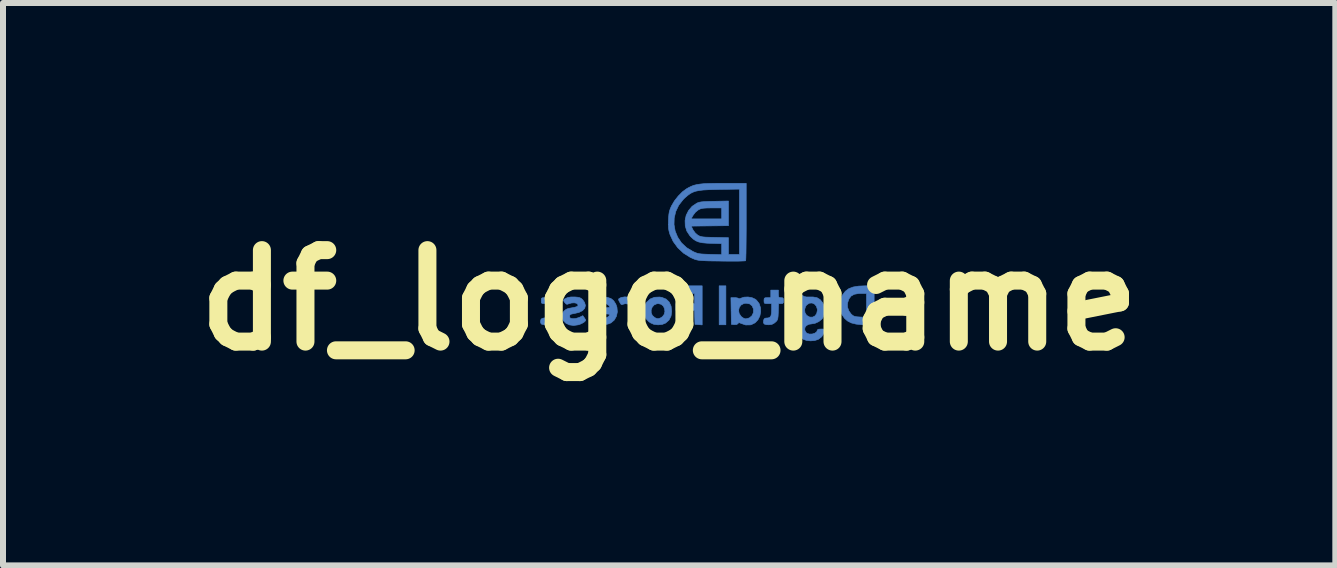
<source format=kicad_pcb>
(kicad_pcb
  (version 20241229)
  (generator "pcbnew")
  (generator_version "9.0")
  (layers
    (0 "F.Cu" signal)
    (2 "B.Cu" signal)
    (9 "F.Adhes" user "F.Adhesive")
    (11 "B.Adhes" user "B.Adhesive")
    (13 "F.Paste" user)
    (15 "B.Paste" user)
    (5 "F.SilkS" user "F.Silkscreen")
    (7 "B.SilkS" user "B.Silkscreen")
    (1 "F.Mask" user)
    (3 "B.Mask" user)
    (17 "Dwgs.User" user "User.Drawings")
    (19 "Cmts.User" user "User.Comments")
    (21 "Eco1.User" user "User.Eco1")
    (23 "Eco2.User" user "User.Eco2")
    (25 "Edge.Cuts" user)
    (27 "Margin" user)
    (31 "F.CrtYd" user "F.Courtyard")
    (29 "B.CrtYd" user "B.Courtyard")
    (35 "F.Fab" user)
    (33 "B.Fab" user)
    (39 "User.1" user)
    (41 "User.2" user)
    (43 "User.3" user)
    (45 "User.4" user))
  (footprint "df_logo_name"
    (layer "F.Cu")
    (at 11.274 1.317)
    (property "Reference" "df_logo_name" (at -3.175 0.635 0) (layer "F.SilkS") (effects (font (size 1.524 1.524) (thickness 0.3))))
    (attr through_hole)
    (fp_poly (pts (xy -2.342 1.044) (xy -2.23 1.044) (xy -2.23 0.395) (xy -2.342 0.395) (xy -2.342 1.044)) (stroke (width 0.01) (type solid)) (fill yes) (layer "B.Cu"))
    (fp_poly (pts (xy -1.214 1.044) (xy -1.101 1.044) (xy -1.101 0.579) (xy -1.214 0.579) (xy -1.214 1.044)) (stroke (width 0.01) (type solid)) (fill yes) (layer "B.Cu"))
    (fp_poly (pts (xy -0.508 1.044) (xy -0.395 1.044) (xy -0.395 0.579) (xy -0.508 0.579) (xy -0.508 1.044)) (stroke (width 0.01) (type solid)) (fill yes) (layer "B.Cu"))
    (fp_poly (pts (xy -3.076 0.522) (xy -2.752 0.522) (xy -2.752 0.691) (xy -3.062 0.691) (xy -3.062 0.804) (xy -2.753 0.804) (xy -2.745 1.037) (xy -2.685 1.042) (xy -2.625 1.046) (xy -2.625 0.395) (xy -3.076 0.395) (xy -3.076 0.522)) (stroke (width 0.01) (type solid)) (fill yes) (layer "B.Cu"))
    (fp_poly (pts (xy -0.494 0.41) (xy -0.518 0.437) (xy -0.522 0.457) (xy -0.512 0.5) (xy -0.486 0.526) (xy -0.452 0.533) (xy -0.417 0.519) (xy -0.4 0.5) (xy -0.386 0.461) (xy -0.398 0.428) (xy -0.427 0.404) (xy -0.46 0.397) (xy -0.494 0.41)) (stroke (width 0.01) (type solid)) (fill yes) (layer "B.Cu"))
    (fp_poly (pts (xy -1.211 0.412) (xy -1.226 0.443) (xy -1.226 0.481) (xy -1.211 0.513) (xy -1.2 0.522) (xy -1.165 0.535) (xy -1.137 0.527) (xy -1.115 0.508) (xy -1.092 0.481) (xy -1.09 0.459) (xy -1.107 0.429) (xy -1.109 0.426) (xy -1.14 0.402) (xy -1.178 0.396) (xy -1.211 0.412)) (stroke (width 0.01) (type solid)) (fill yes) (layer "B.Cu"))
    (fp_poly (pts (xy -3.968 0.588) (xy -3.986 0.595) (xy -4.011 0.608) (xy -4.019 0.621) (xy -4.012 0.644) (xy -3.996 0.673) (xy -3.977 0.703) (xy -3.959 0.709) (xy -3.951 0.705) (xy -3.906 0.692) (xy -3.856 0.7) (xy -3.816 0.726) (xy -3.801 0.744) (xy -3.79 0.764) (xy -3.785 0.792) (xy -3.782 0.835) (xy -3.782 0.9) (xy -3.782 0.902) (xy -3.782 1.044) (xy -3.669 1.044) (xy -3.669 0.593) (xy -3.725 0.593) (xy -3.761 0.596) (xy -3.78 0.604) (xy -3.782 0.608) (xy -3.791 0.612) (xy -3.813 0.601) (xy -3.857 0.584) (xy -3.913 0.579) (xy -3.968 0.588)) (stroke (width 0.01) (type solid)) (fill yes) (layer "B.Cu"))
    (fp_poly (pts (xy -0.019 0.4) (xy -0.11 0.415) (xy -0.181 0.442) (xy -0.238 0.484) (xy -0.283 0.542) (xy -0.304 0.578) (xy -0.324 0.643) (xy -0.33 0.72) (xy -0.322 0.798) (xy -0.3 0.866) (xy -0.295 0.875) (xy -0.254 0.936) (xy -0.203 0.981) (xy -0.141 1.013) (xy -0.061 1.033) (xy 0.039 1.043) (xy 0.115 1.044) (xy 0.24 1.044) (xy 0.24 0.522) (xy 0.113 0.522) (xy 0.113 0.92) (xy 0.008 0.915) (xy -0.049 0.911) (xy -0.086 0.904) (xy -0.114 0.891) (xy -0.139 0.869) (xy -0.141 0.868) (xy -0.18 0.815) (xy -0.203 0.753) (xy -0.205 0.691) (xy -0.203 0.681) (xy -0.179 0.612) (xy -0.143 0.565) (xy -0.091 0.536) (xy -0.019 0.523) (xy 0.02 0.522) (xy 0.113 0.522) (xy 0.24 0.522) (xy 0.24 0.395) (xy 0.094 0.395) (xy -0.019 0.4)) (stroke (width 0.01) (type solid)) (fill yes) (layer "B.Cu"))
    (fp_poly (pts (xy -3.42 0.586) (xy -3.49 0.614) (xy -3.548 0.667) (xy -3.551 0.671) (xy -3.574 0.707) (xy -3.587 0.741) (xy -3.591 0.787) (xy -3.591 0.813) (xy -3.585 0.885) (xy -3.562 0.941) (xy -3.518 0.988) (xy -3.486 1.012) (xy -3.429 1.037) (xy -3.36 1.045) (xy -3.29 1.038) (xy -3.235 1.016) (xy -3.178 0.966) (xy -3.144 0.9) (xy -3.133 0.824) (xy -3.246 0.824) (xy -3.258 0.871) (xy -3.287 0.91) (xy -3.321 0.931) (xy -3.353 0.942) (xy -3.377 0.941) (xy -3.408 0.928) (xy -3.415 0.924) (xy -3.455 0.89) (xy -3.474 0.846) (xy -3.475 0.797) (xy -3.458 0.751) (xy -3.426 0.714) (xy -3.38 0.694) (xy -3.357 0.691) (xy -3.308 0.703) (xy -3.272 0.733) (xy -3.252 0.776) (xy -3.246 0.824) (xy -3.133 0.824) (xy -3.133 0.821) (xy -3.143 0.734) (xy -3.175 0.665) (xy -3.226 0.616) (xy -3.296 0.588) (xy -3.336 0.582) (xy -3.42 0.586)) (stroke (width 0.01) (type solid)) (fill yes) (layer "B.Cu"))
    (fp_poly (pts (xy -1.482 0.593) (xy -1.538 0.593) (xy -1.574 0.594) (xy -1.59 0.603) (xy -1.594 0.627) (xy -1.595 0.642) (xy -1.593 0.672) (xy -1.584 0.687) (xy -1.559 0.691) (xy -1.531 0.691) (xy -1.468 0.691) (xy -1.468 0.784) (xy -1.47 0.852) (xy -1.48 0.896) (xy -1.499 0.921) (xy -1.529 0.931) (xy -1.545 0.931) (xy -1.578 0.935) (xy -1.595 0.951) (xy -1.602 0.975) (xy -1.604 1.011) (xy -1.59 1.032) (xy -1.555 1.042) (xy -1.514 1.044) (xy -1.464 1.038) (xy -1.422 1.015) (xy -1.408 1.003) (xy -1.386 0.983) (xy -1.373 0.964) (xy -1.365 0.939) (xy -1.36 0.901) (xy -1.357 0.843) (xy -1.357 0.827) (xy -1.352 0.691) (xy -1.311 0.691) (xy -1.283 0.689) (xy -1.272 0.674) (xy -1.27 0.642) (xy -1.272 0.609) (xy -1.284 0.595) (xy -1.312 0.593) (xy -1.338 0.591) (xy -1.351 0.58) (xy -1.354 0.553) (xy -1.355 0.529) (xy -1.355 0.466) (xy -1.482 0.466) (xy -1.482 0.593)) (stroke (width 0.01) (type solid)) (fill yes) (layer "B.Cu"))
    (fp_poly (pts (xy -5.193 0.593) (xy -5.249 0.593) (xy -5.285 0.594) (xy -5.302 0.603) (xy -5.306 0.627) (xy -5.306 0.642) (xy -5.304 0.674) (xy -5.294 0.688) (xy -5.266 0.691) (xy -5.249 0.691) (xy -5.192 0.691) (xy -5.196 0.808) (xy -5.2 0.924) (xy -5.249 0.929) (xy -5.285 0.936) (xy -5.308 0.949) (xy -5.309 0.95) (xy -5.319 0.983) (xy -5.315 1.016) (xy -5.298 1.036) (xy -5.298 1.036) (xy -5.246 1.045) (xy -5.189 1.039) (xy -5.141 1.022) (xy -5.132 1.015) (xy -5.099 0.976) (xy -5.077 0.916) (xy -5.067 0.835) (xy -5.066 0.787) (xy -5.065 0.736) (xy -5.062 0.708) (xy -5.054 0.695) (xy -5.038 0.692) (xy -5.031 0.691) (xy -5.007 0.688) (xy -4.997 0.671) (xy -4.995 0.642) (xy -4.998 0.609) (xy -5.01 0.595) (xy -5.03 0.593) (xy -5.052 0.589) (xy -5.063 0.574) (xy -5.068 0.539) (xy -5.069 0.533) (xy -5.073 0.495) (xy -5.083 0.477) (xy -5.109 0.47) (xy -5.133 0.468) (xy -5.193 0.464) (xy -5.193 0.593)) (stroke (width 0.01) (type solid)) (fill yes) (layer "B.Cu"))
    (fp_poly (pts (xy -1.927 0.584) (xy -1.973 0.599) (xy -2.003 0.61) (xy -2.017 0.609) (xy -2.018 0.607) (xy -2.031 0.599) (xy -2.062 0.593) (xy -2.082 0.593) (xy -2.146 0.593) (xy -2.138 1.037) (xy -2.09 1.042) (xy -2.048 1.039) (xy -2.029 1.024) (xy -2.017 1.01) (xy -1.998 1.012) (xy -1.978 1.021) (xy -1.901 1.047) (xy -1.824 1.046) (xy -1.806 1.042) (xy -1.743 1.011) (xy -1.696 0.961) (xy -1.664 0.898) (xy -1.65 0.829) (xy -1.652 0.784) (xy -1.77 0.784) (xy -1.772 0.843) (xy -1.796 0.894) (xy -1.839 0.93) (xy -1.896 0.945) (xy -1.903 0.945) (xy -1.933 0.936) (xy -1.968 0.912) (xy -1.977 0.904) (xy -2.009 0.856) (xy -2.018 0.804) (xy -2.007 0.755) (xy -1.977 0.715) (xy -1.931 0.69) (xy -1.894 0.685) (xy -1.834 0.696) (xy -1.793 0.729) (xy -1.77 0.782) (xy -1.77 0.784) (xy -1.652 0.784) (xy -1.654 0.758) (xy -1.676 0.691) (xy -1.719 0.635) (xy -1.74 0.618) (xy -1.794 0.593) (xy -1.861 0.581) (xy -1.927 0.584)) (stroke (width 0.01) (type solid)) (fill yes) (layer "B.Cu"))
    (fp_poly (pts (xy -4.347 0.585) (xy -4.416 0.61) (xy -4.465 0.655) (xy -4.494 0.719) (xy -4.501 0.788) (xy -4.501 0.861) (xy -4.332 0.861) (xy -4.267 0.862) (xy -4.213 0.864) (xy -4.177 0.868) (xy -4.163 0.873) (xy -4.163 0.873) (xy -4.172 0.89) (xy -4.193 0.912) (xy -4.228 0.929) (xy -4.278 0.937) (xy -4.33 0.935) (xy -4.372 0.924) (xy -4.381 0.917) (xy -4.4 0.907) (xy -4.419 0.915) (xy -4.44 0.935) (xy -4.464 0.965) (xy -4.463 0.99) (xy -4.436 1.011) (xy -4.408 1.024) (xy -4.344 1.041) (xy -4.269 1.044) (xy -4.198 1.033) (xy -4.145 1.013) (xy -4.09 0.966) (xy -4.054 0.903) (xy -4.038 0.83) (xy -4.045 0.753) (xy -4.046 0.749) (xy -4.163 0.749) (xy -4.176 0.755) (xy -4.21 0.76) (xy -4.26 0.762) (xy -4.276 0.762) (xy -4.332 0.76) (xy -4.371 0.756) (xy -4.388 0.749) (xy -4.389 0.748) (xy -4.376 0.72) (xy -4.345 0.696) (xy -4.306 0.68) (xy -4.285 0.677) (xy -4.247 0.684) (xy -4.208 0.702) (xy -4.177 0.725) (xy -4.163 0.748) (xy -4.163 0.749) (xy -4.046 0.749) (xy -4.064 0.699) (xy -4.1 0.643) (xy -4.145 0.607) (xy -4.205 0.587) (xy -4.26 0.581) (xy -4.347 0.585)) (stroke (width 0.01) (type solid)) (fill yes) (layer "B.Cu"))
    (fp_poly (pts (xy -4.863 0.59) (xy -4.888 0.6) (xy -4.923 0.618) (xy -4.936 0.634) (xy -4.928 0.655) (xy -4.912 0.677) (xy -4.89 0.7) (xy -4.869 0.702) (xy -4.848 0.694) (xy -4.802 0.681) (xy -4.758 0.678) (xy -4.721 0.685) (xy -4.698 0.701) (xy -4.694 0.723) (xy -4.698 0.731) (xy -4.716 0.743) (xy -4.755 0.754) (xy -4.799 0.762) (xy -4.854 0.772) (xy -4.89 0.786) (xy -4.919 0.808) (xy -4.93 0.82) (xy -4.956 0.855) (xy -4.965 0.886) (xy -4.962 0.914) (xy -4.94 0.974) (xy -4.896 1.018) (xy -4.837 1.046) (xy -4.767 1.056) (xy -4.69 1.045) (xy -4.666 1.038) (xy -4.624 1.019) (xy -4.59 0.998) (xy -4.586 0.994) (xy -4.568 0.976) (xy -4.567 0.961) (xy -4.583 0.936) (xy -4.586 0.931) (xy -4.614 0.892) (xy -4.669 0.92) (xy -4.732 0.94) (xy -4.779 0.943) (xy -4.815 0.937) (xy -4.83 0.925) (xy -4.833 0.903) (xy -4.83 0.882) (xy -4.817 0.87) (xy -4.786 0.862) (xy -4.758 0.857) (xy -4.677 0.838) (xy -4.618 0.808) (xy -4.582 0.769) (xy -4.57 0.722) (xy -4.585 0.672) (xy -4.612 0.632) (xy -4.638 0.607) (xy -4.664 0.593) (xy -4.701 0.585) (xy -4.745 0.581) (xy -4.812 0.581) (xy -4.863 0.59)) (stroke (width 0.01) (type solid)) (fill yes) (layer "B.Cu"))
    (fp_poly (pts (xy -0.985 0.558) (xy -1.014 0.579) (xy -1.037 0.6) (xy -1.039 0.615) (xy -1.022 0.636) (xy -1.005 0.662) (xy -1.009 0.686) (xy -1.012 0.69) (xy -1.035 0.749) (xy -1.039 0.814) (xy -1.026 0.878) (xy -0.997 0.929) (xy -0.987 0.939) (xy -0.97 0.957) (xy -0.969 0.971) (xy -0.985 0.992) (xy -0.997 1.004) (xy -1.022 1.037) (xy -1.034 1.075) (xy -1.036 1.113) (xy -1.025 1.186) (xy -0.992 1.243) (xy -0.941 1.285) (xy -0.887 1.305) (xy -0.819 1.312) (xy -0.749 1.306) (xy -0.692 1.288) (xy -0.633 1.243) (xy -0.594 1.181) (xy -0.585 1.154) (xy -0.581 1.13) (xy -0.588 1.119) (xy -0.612 1.115) (xy -0.641 1.115) (xy -0.685 1.118) (xy -0.704 1.128) (xy -0.706 1.134) (xy -0.718 1.163) (xy -0.75 1.185) (xy -0.792 1.198) (xy -0.838 1.199) (xy -0.877 1.187) (xy -0.894 1.174) (xy -0.916 1.133) (xy -0.914 1.093) (xy -0.891 1.059) (xy -0.849 1.036) (xy -0.806 1.03) (xy -0.743 1.019) (xy -0.682 0.991) (xy -0.632 0.951) (xy -0.614 0.928) (xy -0.592 0.867) (xy -0.586 0.804) (xy -0.706 0.804) (xy -0.717 0.858) (xy -0.746 0.897) (xy -0.787 0.917) (xy -0.834 0.916) (xy -0.88 0.89) (xy -0.885 0.887) (xy -0.912 0.843) (xy -0.918 0.791) (xy -0.903 0.74) (xy -0.883 0.712) (xy -0.839 0.684) (xy -0.794 0.681) (xy -0.753 0.699) (xy -0.722 0.735) (xy -0.706 0.787) (xy -0.706 0.804) (xy -0.586 0.804) (xy -0.586 0.796) (xy -0.596 0.725) (xy -0.617 0.677) (xy -0.659 0.625) (xy -0.711 0.593) (xy -0.778 0.581) (xy -0.826 0.581) (xy -0.888 0.581) (xy -0.926 0.573) (xy -0.934 0.568) (xy -0.958 0.553) (xy -0.985 0.558)) (stroke (width 0.01) (type solid)) (fill yes) (layer "B.Cu"))
    (fp_poly (pts (xy -2.401 -1.312) (xy -2.506 -1.31) (xy -2.592 -1.307) (xy -2.661 -1.3) (xy -2.717 -1.291) (xy -2.766 -1.279) (xy -2.809 -1.262) (xy -2.853 -1.24) (xy -2.882 -1.224) (xy -2.953 -1.172) (xy -3.023 -1.101) (xy -3.087 -1.02) (xy -3.135 -0.938) (xy -3.137 -0.935) (xy -3.158 -0.886) (xy -3.172 -0.842) (xy -3.18 -0.795) (xy -3.185 -0.734) (xy -3.187 -0.696) (xy -3.188 -0.622) (xy -3.186 -0.566) (xy -3.178 -0.519) (xy -3.164 -0.469) (xy -3.161 -0.459) (xy -3.108 -0.344) (xy -3.032 -0.24) (xy -2.936 -0.15) (xy -2.825 -0.08) (xy -2.767 -0.054) (xy -2.742 -0.044) (xy -2.716 -0.037) (xy -2.687 -0.031) (xy -2.649 -0.027) (xy -2.6 -0.024) (xy -2.536 -0.021) (xy -2.452 -0.019) (xy -2.345 -0.018) (xy -2.3 -0.017) (xy -2.198 -0.016) (xy -2.105 -0.016) (xy -2.026 -0.016) (xy -1.963 -0.018) (xy -1.92 -0.02) (xy -1.902 -0.022) (xy -1.901 -0.022) (xy -1.899 -0.038) (xy -1.897 -0.079) (xy -1.896 -0.127) (xy -2.004 -0.127) (xy -2.187 -0.127) (xy -2.187 -0.407) (xy -2.417 -0.412) (xy -2.503 -0.414) (xy -2.567 -0.416) (xy -2.613 -0.42) (xy -2.645 -0.426) (xy -2.67 -0.434) (xy -2.691 -0.445) (xy -2.697 -0.448) (xy -2.74 -0.485) (xy -2.775 -0.533) (xy -2.779 -0.54) (xy -2.808 -0.6) (xy -2.187 -0.607) (xy -2.187 -0.72) (xy -2.3 -0.72) (xy -2.81 -0.72) (xy -2.777 -0.779) (xy -2.737 -0.832) (xy -2.688 -0.871) (xy -2.66 -0.885) (xy -2.631 -0.894) (xy -2.594 -0.899) (xy -2.542 -0.902) (xy -2.469 -0.903) (xy -2.466 -0.903) (xy -2.3 -0.903) (xy -2.3 -0.72) (xy -2.187 -0.72) (xy -2.187 -1.018) (xy -2.424 -1.013) (xy -2.515 -1.011) (xy -2.584 -1.008) (xy -2.634 -1.004) (xy -2.67 -0.998) (xy -2.698 -0.989) (xy -2.714 -0.982) (xy -2.793 -0.929) (xy -2.852 -0.859) (xy -2.892 -0.779) (xy -2.91 -0.692) (xy -2.907 -0.603) (xy -2.881 -0.517) (xy -2.83 -0.439) (xy -2.818 -0.426) (xy -2.774 -0.384) (xy -2.731 -0.355) (xy -2.682 -0.335) (xy -2.62 -0.322) (xy -2.541 -0.315) (xy -2.48 -0.313) (xy -2.3 -0.308) (xy -2.3 -0.124) (xy -2.494 -0.129) (xy -2.573 -0.132) (xy -2.631 -0.135) (xy -2.674 -0.14) (xy -2.709 -0.148) (xy -2.744 -0.161) (xy -2.783 -0.179) (xy -2.887 -0.242) (xy -2.971 -0.322) (xy -3.033 -0.415) (xy -3.075 -0.517) (xy -3.094 -0.625) (xy -3.091 -0.735) (xy -3.065 -0.844) (xy -3.016 -0.947) (xy -2.942 -1.042) (xy -2.915 -1.069) (xy -2.87 -1.108) (xy -2.829 -1.139) (xy -2.786 -1.162) (xy -2.738 -1.18) (xy -2.681 -1.192) (xy -2.61 -1.201) (xy -2.522 -1.206) (xy -2.411 -1.209) (xy -2.339 -1.211) (xy -2.004 -1.216) (xy -2.004 -0.127) (xy -1.896 -0.127) (xy -1.895 -0.143) (xy -1.894 -0.226) (xy -1.893 -0.327) (xy -1.892 -0.441) (xy -1.891 -0.565) (xy -1.891 -0.673) (xy -1.891 -1.312) (xy -2.271 -1.312) (xy -2.401 -1.312)) (stroke (width 0.01) (type solid)) (fill yes) (layer "B.Cu"))
    (fp_poly (pts (xy -2.342 1.044) (xy -2.23 1.044) (xy -2.23 0.395) (xy -2.342 0.395) (xy -2.342 1.044)) (stroke (width 0.01) (type solid)) (fill yes) (layer "B.Mask"))
    (fp_poly (pts (xy -1.214 1.044) (xy -1.101 1.044) (xy -1.101 0.579) (xy -1.214 0.579) (xy -1.214 1.044)) (stroke (width 0.01) (type solid)) (fill yes) (layer "B.Mask"))
    (fp_poly (pts (xy -0.508 1.044) (xy -0.395 1.044) (xy -0.395 0.579) (xy -0.508 0.579) (xy -0.508 1.044)) (stroke (width 0.01) (type solid)) (fill yes) (layer "B.Mask"))
    (fp_poly (pts (xy -3.076 0.522) (xy -2.752 0.522) (xy -2.752 0.691) (xy -3.062 0.691) (xy -3.062 0.804) (xy -2.753 0.804) (xy -2.745 1.037) (xy -2.685 1.042) (xy -2.625 1.046) (xy -2.625 0.395) (xy -3.076 0.395) (xy -3.076 0.522)) (stroke (width 0.01) (type solid)) (fill yes) (layer "B.Mask"))
    (fp_poly (pts (xy -0.494 0.41) (xy -0.518 0.437) (xy -0.522 0.457) (xy -0.512 0.5) (xy -0.486 0.526) (xy -0.452 0.533) (xy -0.417 0.519) (xy -0.4 0.5) (xy -0.386 0.461) (xy -0.398 0.428) (xy -0.427 0.404) (xy -0.46 0.397) (xy -0.494 0.41)) (stroke (width 0.01) (type solid)) (fill yes) (layer "B.Mask"))
    (fp_poly (pts (xy -1.211 0.412) (xy -1.226 0.443) (xy -1.226 0.481) (xy -1.211 0.513) (xy -1.2 0.522) (xy -1.165 0.535) (xy -1.137 0.527) (xy -1.115 0.508) (xy -1.092 0.481) (xy -1.09 0.459) (xy -1.107 0.429) (xy -1.109 0.426) (xy -1.14 0.402) (xy -1.178 0.396) (xy -1.211 0.412)) (stroke (width 0.01) (type solid)) (fill yes) (layer "B.Mask"))
    (fp_poly (pts (xy -3.968 0.588) (xy -3.986 0.595) (xy -4.011 0.608) (xy -4.019 0.621) (xy -4.012 0.644) (xy -3.996 0.673) (xy -3.977 0.703) (xy -3.959 0.709) (xy -3.951 0.705) (xy -3.906 0.692) (xy -3.856 0.7) (xy -3.816 0.726) (xy -3.801 0.744) (xy -3.79 0.764) (xy -3.785 0.792) (xy -3.782 0.835) (xy -3.782 0.9) (xy -3.782 0.902) (xy -3.782 1.044) (xy -3.669 1.044) (xy -3.669 0.593) (xy -3.725 0.593) (xy -3.761 0.596) (xy -3.78 0.604) (xy -3.782 0.608) (xy -3.791 0.612) (xy -3.813 0.601) (xy -3.857 0.584) (xy -3.913 0.579) (xy -3.968 0.588)) (stroke (width 0.01) (type solid)) (fill yes) (layer "B.Mask"))
    (fp_poly (pts (xy -0.019 0.4) (xy -0.11 0.415) (xy -0.181 0.442) (xy -0.238 0.484) (xy -0.283 0.542) (xy -0.304 0.578) (xy -0.324 0.643) (xy -0.33 0.72) (xy -0.322 0.798) (xy -0.3 0.866) (xy -0.295 0.875) (xy -0.254 0.936) (xy -0.203 0.981) (xy -0.141 1.013) (xy -0.061 1.033) (xy 0.039 1.043) (xy 0.115 1.044) (xy 0.24 1.044) (xy 0.24 0.522) (xy 0.113 0.522) (xy 0.113 0.92) (xy 0.008 0.915) (xy -0.049 0.911) (xy -0.086 0.904) (xy -0.114 0.891) (xy -0.139 0.869) (xy -0.141 0.868) (xy -0.18 0.815) (xy -0.203 0.753) (xy -0.205 0.691) (xy -0.203 0.681) (xy -0.179 0.612) (xy -0.143 0.565) (xy -0.091 0.536) (xy -0.019 0.523) (xy 0.02 0.522) (xy 0.113 0.522) (xy 0.24 0.522) (xy 0.24 0.395) (xy 0.094 0.395) (xy -0.019 0.4)) (stroke (width 0.01) (type solid)) (fill yes) (layer "B.Mask"))
    (fp_poly (pts (xy -3.42 0.586) (xy -3.49 0.614) (xy -3.548 0.667) (xy -3.551 0.671) (xy -3.574 0.707) (xy -3.587 0.741) (xy -3.591 0.787) (xy -3.591 0.813) (xy -3.585 0.885) (xy -3.562 0.941) (xy -3.518 0.988) (xy -3.486 1.012) (xy -3.429 1.037) (xy -3.36 1.045) (xy -3.29 1.038) (xy -3.235 1.016) (xy -3.178 0.966) (xy -3.144 0.9) (xy -3.133 0.824) (xy -3.246 0.824) (xy -3.258 0.871) (xy -3.287 0.91) (xy -3.321 0.931) (xy -3.353 0.942) (xy -3.377 0.941) (xy -3.408 0.928) (xy -3.415 0.924) (xy -3.455 0.89) (xy -3.474 0.846) (xy -3.475 0.797) (xy -3.458 0.751) (xy -3.426 0.714) (xy -3.38 0.694) (xy -3.357 0.691) (xy -3.308 0.703) (xy -3.272 0.733) (xy -3.252 0.776) (xy -3.246 0.824) (xy -3.133 0.824) (xy -3.133 0.821) (xy -3.143 0.734) (xy -3.175 0.665) (xy -3.226 0.616) (xy -3.296 0.588) (xy -3.336 0.582) (xy -3.42 0.586)) (stroke (width 0.01) (type solid)) (fill yes) (layer "B.Mask"))
    (fp_poly (pts (xy -1.482 0.593) (xy -1.538 0.593) (xy -1.574 0.594) (xy -1.59 0.603) (xy -1.594 0.627) (xy -1.595 0.642) (xy -1.593 0.672) (xy -1.584 0.687) (xy -1.559 0.691) (xy -1.531 0.691) (xy -1.468 0.691) (xy -1.468 0.784) (xy -1.47 0.852) (xy -1.48 0.896) (xy -1.499 0.921) (xy -1.529 0.931) (xy -1.545 0.931) (xy -1.578 0.935) (xy -1.595 0.951) (xy -1.602 0.975) (xy -1.604 1.011) (xy -1.59 1.032) (xy -1.555 1.042) (xy -1.514 1.044) (xy -1.464 1.038) (xy -1.422 1.015) (xy -1.408 1.003) (xy -1.386 0.983) (xy -1.373 0.964) (xy -1.365 0.939) (xy -1.36 0.901) (xy -1.357 0.843) (xy -1.357 0.827) (xy -1.352 0.691) (xy -1.311 0.691) (xy -1.283 0.689) (xy -1.272 0.674) (xy -1.27 0.642) (xy -1.272 0.609) (xy -1.284 0.595) (xy -1.312 0.593) (xy -1.338 0.591) (xy -1.351 0.58) (xy -1.354 0.553) (xy -1.355 0.529) (xy -1.355 0.466) (xy -1.482 0.466) (xy -1.482 0.593)) (stroke (width 0.01) (type solid)) (fill yes) (layer "B.Mask"))
    (fp_poly (pts (xy -5.193 0.593) (xy -5.249 0.593) (xy -5.285 0.594) (xy -5.302 0.603) (xy -5.306 0.627) (xy -5.306 0.642) (xy -5.304 0.674) (xy -5.294 0.688) (xy -5.266 0.691) (xy -5.249 0.691) (xy -5.192 0.691) (xy -5.196 0.808) (xy -5.2 0.924) (xy -5.249 0.929) (xy -5.285 0.936) (xy -5.308 0.949) (xy -5.309 0.95) (xy -5.319 0.983) (xy -5.315 1.016) (xy -5.298 1.036) (xy -5.298 1.036) (xy -5.246 1.045) (xy -5.189 1.039) (xy -5.141 1.022) (xy -5.132 1.015) (xy -5.099 0.976) (xy -5.077 0.916) (xy -5.067 0.835) (xy -5.066 0.787) (xy -5.065 0.736) (xy -5.062 0.708) (xy -5.054 0.695) (xy -5.038 0.692) (xy -5.031 0.691) (xy -5.007 0.688) (xy -4.997 0.671) (xy -4.995 0.642) (xy -4.998 0.609) (xy -5.01 0.595) (xy -5.03 0.593) (xy -5.052 0.589) (xy -5.063 0.574) (xy -5.068 0.539) (xy -5.069 0.533) (xy -5.073 0.495) (xy -5.083 0.477) (xy -5.109 0.47) (xy -5.133 0.468) (xy -5.193 0.464) (xy -5.193 0.593)) (stroke (width 0.01) (type solid)) (fill yes) (layer "B.Mask"))
    (fp_poly (pts (xy -1.927 0.584) (xy -1.973 0.599) (xy -2.003 0.61) (xy -2.017 0.609) (xy -2.018 0.607) (xy -2.031 0.599) (xy -2.062 0.593) (xy -2.082 0.593) (xy -2.146 0.593) (xy -2.138 1.037) (xy -2.09 1.042) (xy -2.048 1.039) (xy -2.029 1.024) (xy -2.017 1.01) (xy -1.998 1.012) (xy -1.978 1.021) (xy -1.901 1.047) (xy -1.824 1.046) (xy -1.806 1.042) (xy -1.743 1.011) (xy -1.696 0.961) (xy -1.664 0.898) (xy -1.65 0.829) (xy -1.652 0.784) (xy -1.77 0.784) (xy -1.772 0.843) (xy -1.796 0.894) (xy -1.839 0.93) (xy -1.896 0.945) (xy -1.903 0.945) (xy -1.933 0.936) (xy -1.968 0.912) (xy -1.977 0.904) (xy -2.009 0.856) (xy -2.018 0.804) (xy -2.007 0.755) (xy -1.977 0.715) (xy -1.931 0.69) (xy -1.894 0.685) (xy -1.834 0.696) (xy -1.793 0.729) (xy -1.77 0.782) (xy -1.77 0.784) (xy -1.652 0.784) (xy -1.654 0.758) (xy -1.676 0.691) (xy -1.719 0.635) (xy -1.74 0.618) (xy -1.794 0.593) (xy -1.861 0.581) (xy -1.927 0.584)) (stroke (width 0.01) (type solid)) (fill yes) (layer "B.Mask"))
    (fp_poly (pts (xy -4.347 0.585) (xy -4.416 0.61) (xy -4.465 0.655) (xy -4.494 0.719) (xy -4.501 0.788) (xy -4.501 0.861) (xy -4.332 0.861) (xy -4.267 0.862) (xy -4.213 0.864) (xy -4.177 0.868) (xy -4.163 0.873) (xy -4.163 0.873) (xy -4.172 0.89) (xy -4.193 0.912) (xy -4.228 0.929) (xy -4.278 0.937) (xy -4.33 0.935) (xy -4.372 0.924) (xy -4.381 0.917) (xy -4.4 0.907) (xy -4.419 0.915) (xy -4.44 0.935) (xy -4.464 0.965) (xy -4.463 0.99) (xy -4.436 1.011) (xy -4.408 1.024) (xy -4.344 1.041) (xy -4.269 1.044) (xy -4.198 1.033) (xy -4.145 1.013) (xy -4.09 0.966) (xy -4.054 0.903) (xy -4.038 0.83) (xy -4.045 0.753) (xy -4.046 0.749) (xy -4.163 0.749) (xy -4.176 0.755) (xy -4.21 0.76) (xy -4.26 0.762) (xy -4.276 0.762) (xy -4.332 0.76) (xy -4.371 0.756) (xy -4.388 0.749) (xy -4.389 0.748) (xy -4.376 0.72) (xy -4.345 0.696) (xy -4.306 0.68) (xy -4.285 0.677) (xy -4.247 0.684) (xy -4.208 0.702) (xy -4.177 0.725) (xy -4.163 0.748) (xy -4.163 0.749) (xy -4.046 0.749) (xy -4.064 0.699) (xy -4.1 0.643) (xy -4.145 0.607) (xy -4.205 0.587) (xy -4.26 0.581) (xy -4.347 0.585)) (stroke (width 0.01) (type solid)) (fill yes) (layer "B.Mask"))
    (fp_poly (pts (xy -4.863 0.59) (xy -4.888 0.6) (xy -4.923 0.618) (xy -4.936 0.634) (xy -4.928 0.655) (xy -4.912 0.677) (xy -4.89 0.7) (xy -4.869 0.702) (xy -4.848 0.694) (xy -4.802 0.681) (xy -4.758 0.678) (xy -4.721 0.685) (xy -4.698 0.701) (xy -4.694 0.723) (xy -4.698 0.731) (xy -4.716 0.743) (xy -4.755 0.754) (xy -4.799 0.762) (xy -4.854 0.772) (xy -4.89 0.786) (xy -4.919 0.808) (xy -4.93 0.82) (xy -4.956 0.855) (xy -4.965 0.886) (xy -4.962 0.914) (xy -4.94 0.974) (xy -4.896 1.018) (xy -4.837 1.046) (xy -4.767 1.056) (xy -4.69 1.045) (xy -4.666 1.038) (xy -4.624 1.019) (xy -4.59 0.998) (xy -4.586 0.994) (xy -4.568 0.976) (xy -4.567 0.961) (xy -4.583 0.936) (xy -4.586 0.931) (xy -4.614 0.892) (xy -4.669 0.92) (xy -4.732 0.94) (xy -4.779 0.943) (xy -4.815 0.937) (xy -4.83 0.925) (xy -4.833 0.903) (xy -4.83 0.882) (xy -4.817 0.87) (xy -4.786 0.862) (xy -4.758 0.857) (xy -4.677 0.838) (xy -4.618 0.808) (xy -4.582 0.769) (xy -4.57 0.722) (xy -4.585 0.672) (xy -4.612 0.632) (xy -4.638 0.607) (xy -4.664 0.593) (xy -4.701 0.585) (xy -4.745 0.581) (xy -4.812 0.581) (xy -4.863 0.59)) (stroke (width 0.01) (type solid)) (fill yes) (layer "B.Mask"))
    (fp_poly (pts (xy -0.985 0.558) (xy -1.014 0.579) (xy -1.037 0.6) (xy -1.039 0.615) (xy -1.022 0.636) (xy -1.005 0.662) (xy -1.009 0.686) (xy -1.012 0.69) (xy -1.035 0.749) (xy -1.039 0.814) (xy -1.026 0.878) (xy -0.997 0.929) (xy -0.987 0.939) (xy -0.97 0.957) (xy -0.969 0.971) (xy -0.985 0.992) (xy -0.997 1.004) (xy -1.022 1.037) (xy -1.034 1.075) (xy -1.036 1.113) (xy -1.025 1.186) (xy -0.992 1.243) (xy -0.941 1.285) (xy -0.887 1.305) (xy -0.819 1.312) (xy -0.749 1.306) (xy -0.692 1.288) (xy -0.633 1.243) (xy -0.594 1.181) (xy -0.585 1.154) (xy -0.581 1.13) (xy -0.588 1.119) (xy -0.612 1.115) (xy -0.641 1.115) (xy -0.685 1.118) (xy -0.704 1.128) (xy -0.706 1.134) (xy -0.718 1.163) (xy -0.75 1.185) (xy -0.792 1.198) (xy -0.838 1.199) (xy -0.877 1.187) (xy -0.894 1.174) (xy -0.916 1.133) (xy -0.914 1.093) (xy -0.891 1.059) (xy -0.849 1.036) (xy -0.806 1.03) (xy -0.743 1.019) (xy -0.682 0.991) (xy -0.632 0.951) (xy -0.614 0.928) (xy -0.592 0.867) (xy -0.586 0.804) (xy -0.706 0.804) (xy -0.717 0.858) (xy -0.746 0.897) (xy -0.787 0.917) (xy -0.834 0.916) (xy -0.88 0.89) (xy -0.885 0.887) (xy -0.912 0.843) (xy -0.918 0.791) (xy -0.903 0.74) (xy -0.883 0.712) (xy -0.839 0.684) (xy -0.794 0.681) (xy -0.753 0.699) (xy -0.722 0.735) (xy -0.706 0.787) (xy -0.706 0.804) (xy -0.586 0.804) (xy -0.586 0.796) (xy -0.596 0.725) (xy -0.617 0.677) (xy -0.659 0.625) (xy -0.711 0.593) (xy -0.778 0.581) (xy -0.826 0.581) (xy -0.888 0.581) (xy -0.926 0.573) (xy -0.934 0.568) (xy -0.958 0.553) (xy -0.985 0.558)) (stroke (width 0.01) (type solid)) (fill yes) (layer "B.Mask"))
    (fp_poly (pts (xy -2.401 -1.312) (xy -2.506 -1.31) (xy -2.592 -1.307) (xy -2.661 -1.3) (xy -2.717 -1.291) (xy -2.766 -1.279) (xy -2.809 -1.262) (xy -2.853 -1.24) (xy -2.882 -1.224) (xy -2.953 -1.172) (xy -3.023 -1.101) (xy -3.087 -1.02) (xy -3.135 -0.938) (xy -3.137 -0.935) (xy -3.158 -0.886) (xy -3.172 -0.842) (xy -3.18 -0.795) (xy -3.185 -0.734) (xy -3.187 -0.696) (xy -3.188 -0.622) (xy -3.186 -0.566) (xy -3.178 -0.519) (xy -3.164 -0.469) (xy -3.161 -0.459) (xy -3.108 -0.344) (xy -3.032 -0.24) (xy -2.936 -0.15) (xy -2.825 -0.08) (xy -2.767 -0.054) (xy -2.742 -0.044) (xy -2.716 -0.037) (xy -2.687 -0.031) (xy -2.649 -0.027) (xy -2.6 -0.024) (xy -2.536 -0.021) (xy -2.452 -0.019) (xy -2.345 -0.018) (xy -2.3 -0.017) (xy -2.198 -0.016) (xy -2.105 -0.016) (xy -2.026 -0.016) (xy -1.963 -0.018) (xy -1.92 -0.02) (xy -1.902 -0.022) (xy -1.901 -0.022) (xy -1.899 -0.038) (xy -1.897 -0.079) (xy -1.896 -0.127) (xy -2.004 -0.127) (xy -2.187 -0.127) (xy -2.187 -0.407) (xy -2.417 -0.412) (xy -2.503 -0.414) (xy -2.567 -0.416) (xy -2.613 -0.42) (xy -2.645 -0.426) (xy -2.67 -0.434) (xy -2.691 -0.445) (xy -2.697 -0.448) (xy -2.74 -0.485) (xy -2.775 -0.533) (xy -2.779 -0.54) (xy -2.808 -0.6) (xy -2.187 -0.607) (xy -2.187 -0.72) (xy -2.3 -0.72) (xy -2.81 -0.72) (xy -2.777 -0.779) (xy -2.737 -0.832) (xy -2.688 -0.871) (xy -2.66 -0.885) (xy -2.631 -0.894) (xy -2.594 -0.899) (xy -2.542 -0.902) (xy -2.469 -0.903) (xy -2.466 -0.903) (xy -2.3 -0.903) (xy -2.3 -0.72) (xy -2.187 -0.72) (xy -2.187 -1.018) (xy -2.424 -1.013) (xy -2.515 -1.011) (xy -2.584 -1.008) (xy -2.634 -1.004) (xy -2.67 -0.998) (xy -2.698 -0.989) (xy -2.714 -0.982) (xy -2.793 -0.929) (xy -2.852 -0.859) (xy -2.892 -0.779) (xy -2.91 -0.692) (xy -2.907 -0.603) (xy -2.881 -0.517) (xy -2.83 -0.439) (xy -2.818 -0.426) (xy -2.774 -0.384) (xy -2.731 -0.355) (xy -2.682 -0.335) (xy -2.62 -0.322) (xy -2.541 -0.315) (xy -2.48 -0.313) (xy -2.3 -0.308) (xy -2.3 -0.124) (xy -2.494 -0.129) (xy -2.573 -0.132) (xy -2.631 -0.135) (xy -2.674 -0.14) (xy -2.709 -0.148) (xy -2.744 -0.161) (xy -2.783 -0.179) (xy -2.887 -0.242) (xy -2.971 -0.322) (xy -3.033 -0.415) (xy -3.075 -0.517) (xy -3.094 -0.625) (xy -3.091 -0.735) (xy -3.065 -0.844) (xy -3.016 -0.947) (xy -2.942 -1.042) (xy -2.915 -1.069) (xy -2.87 -1.108) (xy -2.829 -1.139) (xy -2.786 -1.162) (xy -2.738 -1.18) (xy -2.681 -1.192) (xy -2.61 -1.201) (xy -2.522 -1.206) (xy -2.411 -1.209) (xy -2.339 -1.211) (xy -2.004 -1.216) (xy -2.004 -0.127) (xy -1.896 -0.127) (xy -1.895 -0.143) (xy -1.894 -0.226) (xy -1.893 -0.327) (xy -1.892 -0.441) (xy -1.891 -0.565) (xy -1.891 -0.673) (xy -1.891 -1.312) (xy -2.271 -1.312) (xy -2.401 -1.312)) (stroke (width 0.01) (type solid)) (fill yes) (layer "B.Mask")))
  (gr_rect
    (start -3 -3)
    (end 19.198 6.37)
    (stroke (width 0.1) (type default))
    (fill no)
    (layer "Edge.Cuts")))
</source>
